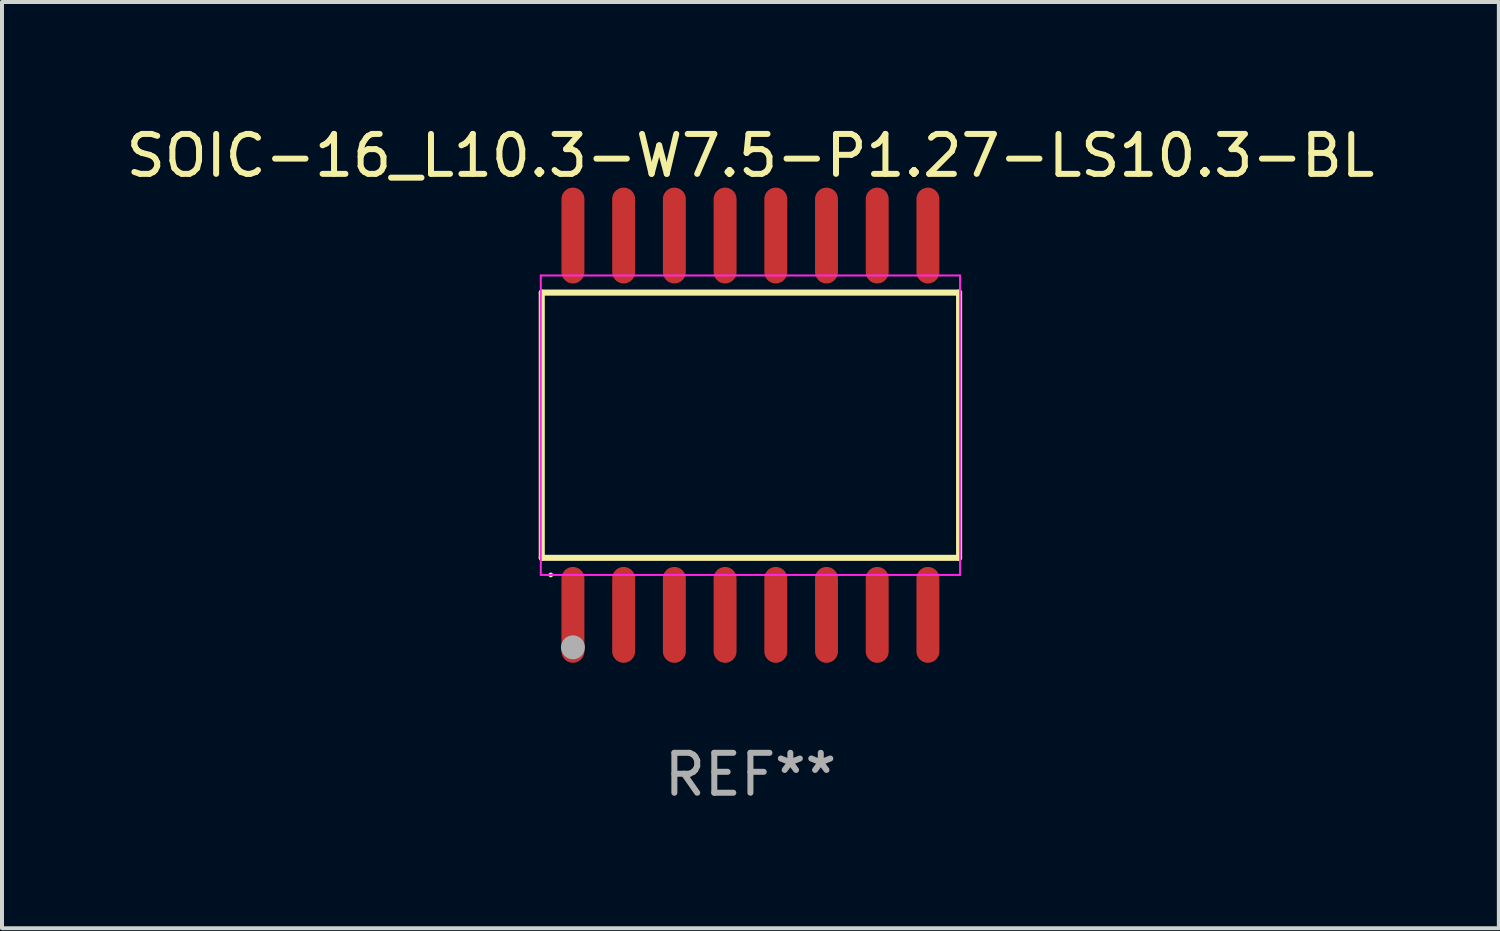
<source format=kicad_pcb>
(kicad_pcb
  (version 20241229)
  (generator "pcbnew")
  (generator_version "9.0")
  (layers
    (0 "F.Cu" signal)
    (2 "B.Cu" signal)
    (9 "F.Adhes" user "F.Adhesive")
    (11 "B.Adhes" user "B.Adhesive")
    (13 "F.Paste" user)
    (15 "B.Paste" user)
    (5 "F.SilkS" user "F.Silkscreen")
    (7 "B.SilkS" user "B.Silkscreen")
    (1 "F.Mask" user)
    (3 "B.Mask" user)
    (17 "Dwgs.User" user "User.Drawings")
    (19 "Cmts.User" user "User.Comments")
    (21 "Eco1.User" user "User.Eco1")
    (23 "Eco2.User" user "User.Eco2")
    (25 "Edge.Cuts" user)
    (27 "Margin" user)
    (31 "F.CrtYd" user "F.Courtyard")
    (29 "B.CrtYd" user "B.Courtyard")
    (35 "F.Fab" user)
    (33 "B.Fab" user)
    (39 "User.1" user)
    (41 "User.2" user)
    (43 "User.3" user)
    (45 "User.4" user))
  (footprint "SOIC-16_L10.3-W7.5-P1.27-LS10.3-BL"
    (layer "F.Cu")
    (at 15.744 7.599)
    (property "Reference" "SOIC-16_L10.3-W7.5-P1.27-LS10.3-BL" (at 0 -6.75 0) (layer "F.SilkS") (effects (font (size 1 1) (thickness 0.15))))
    (attr smd)
    (fp_line (start -5.226 -3.321) (end 5.226 -3.321) (stroke (width 0.152) (type solid)) (layer "F.SilkS"))
    (fp_line (start -5.226 3.321) (end -5.226 -3.321) (stroke (width 0.152) (type solid)) (layer "F.SilkS"))
    (fp_line (start 5.226 -3.321) (end 5.226 3.321) (stroke (width 0.152) (type solid)) (layer "F.SilkS"))
    (fp_line (start 5.226 3.321) (end -5.226 3.321) (stroke (width 0.152) (type solid)) (layer "F.SilkS"))
    (fp_circle (center -5 3.75) (end -4.97 3.75) (stroke (width 0.06) (type solid)) (fill no) (layer "F.SilkS"))
    (fp_line (start -5.25 -3.75) (end -5.25 3.75) (stroke (width 0.05) (type default)) (layer "F.CrtYd"))
    (fp_line (start -5.25 3.75) (end 5.25 3.75) (stroke (width 0.05) (type default)) (layer "F.CrtYd"))
    (fp_line (start 5.25 -3.75) (end -5.25 -3.75) (stroke (width 0.05) (type default)) (layer "F.CrtYd"))
    (fp_line (start 5.25 3.75) (end 5.25 -3.75) (stroke (width 0.05) (type default)) (layer "F.CrtYd"))
    (fp_circle (center -4.445 5.563) (end -4.295 5.563) (stroke (width 0.3) (type solid)) (fill no) (layer "F.Fab"))
    (fp_text user "REF**" (at 0 8.75 0) (layer "F.Fab") (effects (font (size 1 1) (thickness 0.15))))
    (pad "1" smd oval (at -4.445 4.75) (size 0.574 2.4) (layers "F.Cu" "F.Mask" "F.Paste"))
    (pad "2" smd oval (at -3.175 4.75) (size 0.574 2.4) (layers "F.Cu" "F.Mask" "F.Paste"))
    (pad "3" smd oval (at -1.905 4.75) (size 0.574 2.4) (layers "F.Cu" "F.Mask" "F.Paste"))
    (pad "4" smd oval (at -0.635 4.75) (size 0.574 2.4) (layers "F.Cu" "F.Mask" "F.Paste"))
    (pad "5" smd oval (at 0.635 4.75) (size 0.574 2.4) (layers "F.Cu" "F.Mask" "F.Paste"))
    (pad "6" smd oval (at 1.905 4.75) (size 0.574 2.4) (layers "F.Cu" "F.Mask" "F.Paste"))
    (pad "7" smd oval (at 3.175 4.75) (size 0.574 2.4) (layers "F.Cu" "F.Mask" "F.Paste"))
    (pad "8" smd oval (at 4.445 4.75) (size 0.574 2.4) (layers "F.Cu" "F.Mask" "F.Paste"))
    (pad "9" smd oval (at 4.445 -4.75) (size 0.574 2.4) (layers "F.Cu" "F.Mask" "F.Paste"))
    (pad "10" smd oval (at 3.175 -4.75) (size 0.574 2.4) (layers "F.Cu" "F.Mask" "F.Paste"))
    (pad "11" smd oval (at 1.905 -4.75) (size 0.574 2.4) (layers "F.Cu" "F.Mask" "F.Paste"))
    (pad "12" smd oval (at 0.635 -4.75) (size 0.574 2.4) (layers "F.Cu" "F.Mask" "F.Paste"))
    (pad "13" smd oval (at -0.635 -4.75) (size 0.574 2.4) (layers "F.Cu" "F.Mask" "F.Paste"))
    (pad "14" smd oval (at -1.905 -4.75) (size 0.574 2.4) (layers "F.Cu" "F.Mask" "F.Paste"))
    (pad "15" smd oval (at -3.175 -4.75) (size 0.574 2.4) (layers "F.Cu" "F.Mask" "F.Paste"))
    (pad "16" smd oval (at -4.445 -4.75) (size 0.574 2.4) (layers "F.Cu" "F.Mask" "F.Paste")))
  (gr_rect
    (start -3 -3)
    (end 34.488 20.197)
    (stroke (width 0.1) (type default))
    (fill no)
    (layer "Edge.Cuts")))
</source>
